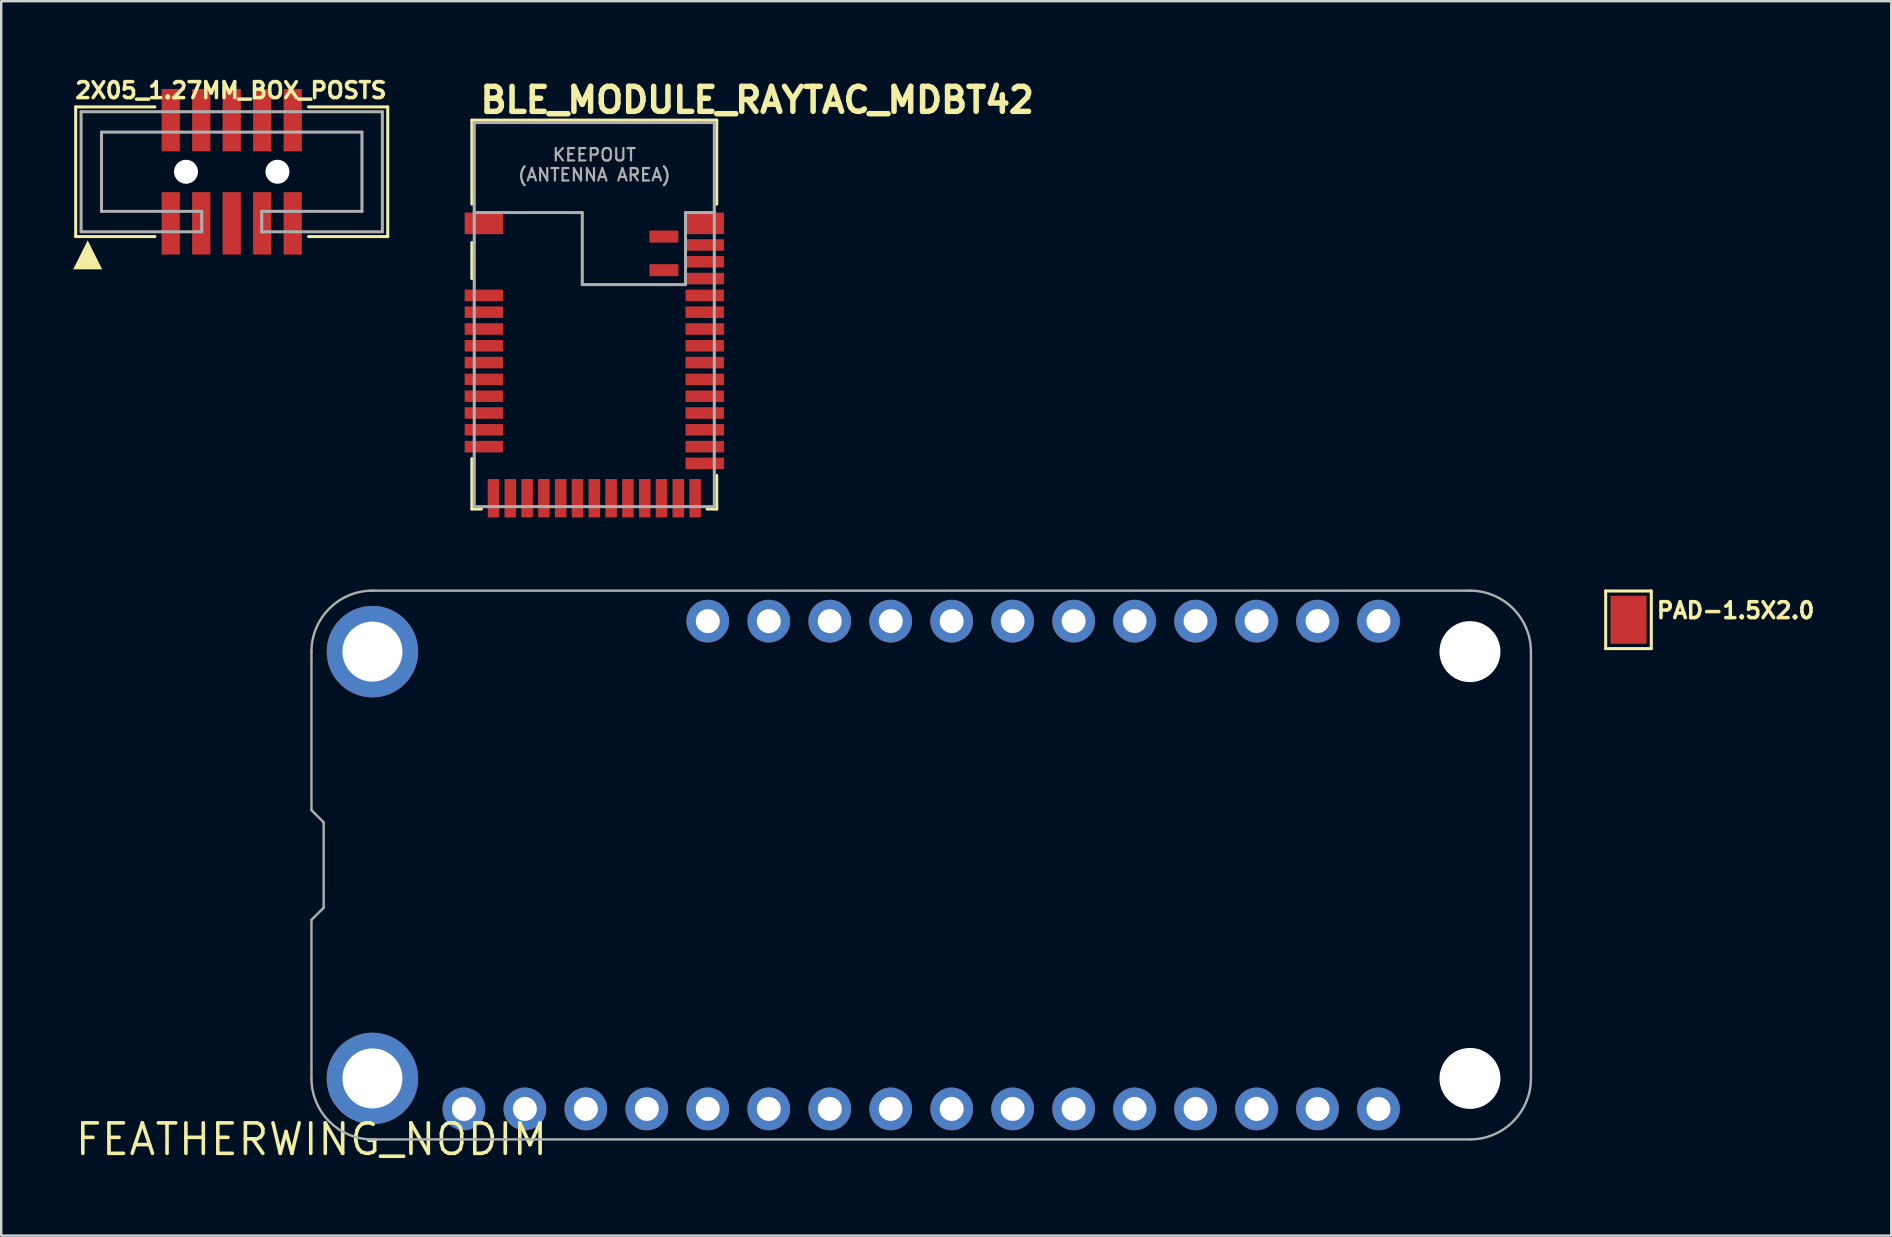
<source format=kicad_pcb>
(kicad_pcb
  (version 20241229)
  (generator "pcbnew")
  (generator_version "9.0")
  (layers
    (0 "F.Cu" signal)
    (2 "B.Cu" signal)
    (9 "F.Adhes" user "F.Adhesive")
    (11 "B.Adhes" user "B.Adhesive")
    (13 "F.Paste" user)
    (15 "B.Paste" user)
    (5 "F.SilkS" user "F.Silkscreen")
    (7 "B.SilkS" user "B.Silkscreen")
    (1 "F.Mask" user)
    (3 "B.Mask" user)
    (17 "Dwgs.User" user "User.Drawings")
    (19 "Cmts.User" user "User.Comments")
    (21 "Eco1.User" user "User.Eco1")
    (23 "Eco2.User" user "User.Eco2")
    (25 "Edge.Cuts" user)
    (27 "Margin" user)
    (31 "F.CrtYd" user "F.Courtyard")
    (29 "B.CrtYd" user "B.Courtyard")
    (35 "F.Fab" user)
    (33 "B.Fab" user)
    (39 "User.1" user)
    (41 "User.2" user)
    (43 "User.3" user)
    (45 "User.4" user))
  (footprint "FEATHERWING_NODIM"
    (layer "F.Cu")
    (at 9.925 44.415)
    (property "Reference" "FEATHERWING_NODIM" (at 0 0 0) (layer "F.SilkS") (effects (font (size 1.27 1.27) (thickness 0.15))))
    (fp_line (start 0 -20.32) (end 0 -13.716) (stroke (width 0.1) (type solid)) (layer "F.Fab"))
    (fp_line (start 0 -13.716) (end 0.508 -13.208) (stroke (width 0.1) (type solid)) (layer "F.Fab"))
    (fp_line (start 0 -9.144) (end 0 -2.54) (stroke (width 0.1) (type solid)) (layer "F.Fab"))
    (fp_line (start 0.508 -13.208) (end 0.508 -9.652) (stroke (width 0.1) (type solid)) (layer "F.Fab"))
    (fp_line (start 0.508 -9.652) (end 0 -9.144) (stroke (width 0.1) (type solid)) (layer "F.Fab"))
    (fp_line (start 2.54 0) (end 48.26 0) (stroke (width 0.1) (type solid)) (layer "F.Fab"))
    (fp_line (start 48.26 -22.86) (end 2.54 -22.86) (stroke (width 0.1) (type solid)) (layer "F.Fab"))
    (fp_line (start 50.8 -2.54) (end 50.8 -20.32) (stroke (width 0.1) (type solid)) (layer "F.Fab"))
    (fp_arc (start 0 -20.32) (mid 0.743949 -22.116051) (end 2.54 -22.86) (stroke (width 0.1) (type solid)) (layer "F.Fab"))
    (fp_arc (start 2.54 0) (mid 0.743949 -0.743949) (end 0 -2.54) (stroke (width 0.1) (type solid)) (layer "F.Fab"))
    (fp_arc (start 48.26 -22.86) (mid 50.056051 -22.116051) (end 50.8 -20.32) (stroke (width 0.1) (type solid)) (layer "F.Fab"))
    (fp_arc (start 50.8 -2.54) (mid 50.056051 -0.743949) (end 48.26 0) (stroke (width 0.1) (type solid)) (layer "F.Fab"))
    (pad "" np_thru_hole circle (at 48.26 -20.32) (size 2.54 2.54) (drill 2.54) (layers "*.Cu" "*.Mask"))
    (pad "" np_thru_hole circle (at 48.26 -2.54) (size 2.54 2.54) (drill 2.54) (layers "*.Cu" "*.Mask"))
    (pad "1" thru_hole circle (at 6.35 -1.27) (size 1.778 1.778) (drill 1) (layers "*.Cu" "*.Mask"))
    (pad "2" thru_hole circle (at 8.89 -1.27) (size 1.778 1.778) (drill 1) (layers "*.Cu" "*.Mask"))
    (pad "3" thru_hole circle (at 11.43 -1.27) (size 1.778 1.778) (drill 1) (layers "*.Cu" "*.Mask"))
    (pad "4" thru_hole circle (at 13.97 -1.27) (size 1.778 1.778) (drill 1) (layers "*.Cu" "*.Mask"))
    (pad "5" thru_hole circle (at 16.51 -1.27) (size 1.778 1.778) (drill 1) (layers "*.Cu" "*.Mask"))
    (pad "6" thru_hole circle (at 19.05 -1.27) (size 1.778 1.778) (drill 1) (layers "*.Cu" "*.Mask"))
    (pad "7" thru_hole circle (at 21.59 -1.27) (size 1.778 1.778) (drill 1) (layers "*.Cu" "*.Mask"))
    (pad "8" thru_hole circle (at 24.13 -1.27) (size 1.778 1.778) (drill 1) (layers "*.Cu" "*.Mask"))
    (pad "9" thru_hole circle (at 26.67 -1.27) (size 1.778 1.778) (drill 1) (layers "*.Cu" "*.Mask"))
    (pad "10" thru_hole circle (at 29.21 -1.27) (size 1.778 1.778) (drill 1) (layers "*.Cu" "*.Mask"))
    (pad "11" thru_hole circle (at 31.75 -1.27) (size 1.778 1.778) (drill 1) (layers "*.Cu" "*.Mask"))
    (pad "12" thru_hole circle (at 34.29 -1.27) (size 1.778 1.778) (drill 1) (layers "*.Cu" "*.Mask"))
    (pad "13" thru_hole circle (at 36.83 -1.27) (size 1.778 1.778) (drill 1) (layers "*.Cu" "*.Mask"))
    (pad "14" thru_hole circle (at 39.37 -1.27) (size 1.778 1.778) (drill 1) (layers "*.Cu" "*.Mask"))
    (pad "15" thru_hole circle (at 41.91 -1.27) (size 1.778 1.778) (drill 1) (layers "*.Cu" "*.Mask"))
    (pad "16" thru_hole circle (at 44.45 -1.27) (size 1.778 1.778) (drill 1) (layers "*.Cu" "*.Mask"))
    (pad "17" thru_hole circle (at 44.45 -21.59) (size 1.778 1.778) (drill 1) (layers "*.Cu" "*.Mask"))
    (pad "18" thru_hole circle (at 41.91 -21.59) (size 1.778 1.778) (drill 1) (layers "*.Cu" "*.Mask"))
    (pad "19" thru_hole circle (at 39.37 -21.59) (size 1.778 1.778) (drill 1) (layers "*.Cu" "*.Mask"))
    (pad "20" thru_hole circle (at 36.83 -21.59) (size 1.778 1.778) (drill 1) (layers "*.Cu" "*.Mask"))
    (pad "21" thru_hole circle (at 34.29 -21.59) (size 1.778 1.778) (drill 1) (layers "*.Cu" "*.Mask"))
    (pad "22" thru_hole circle (at 31.75 -21.59) (size 1.778 1.778) (drill 1) (layers "*.Cu" "*.Mask"))
    (pad "23" thru_hole circle (at 29.21 -21.59) (size 1.778 1.778) (drill 1) (layers "*.Cu" "*.Mask"))
    (pad "24" thru_hole circle (at 26.67 -21.59) (size 1.778 1.778) (drill 1) (layers "*.Cu" "*.Mask"))
    (pad "25" thru_hole circle (at 24.13 -21.59) (size 1.778 1.778) (drill 1) (layers "*.Cu" "*.Mask"))
    (pad "26" thru_hole circle (at 21.59 -21.59) (size 1.778 1.778) (drill 1) (layers "*.Cu" "*.Mask"))
    (pad "27" thru_hole circle (at 19.05 -21.59) (size 1.778 1.778) (drill 1) (layers "*.Cu" "*.Mask"))
    (pad "28" thru_hole circle (at 16.51 -21.59) (size 1.778 1.778) (drill 1) (layers "*.Cu" "*.Mask"))
    (pad "P$1" thru_hole circle (at 2.54 -20.32) (size 3.81 3.81) (drill 2.5) (layers "*.Cu" "*.Mask"))
    (pad "P$2" thru_hole circle (at 2.54 -2.54) (size 3.81 3.81) (drill 2.5) (layers "*.Cu" "*.Mask")))
  (footprint "PAD-1.5X2.0"
    (layer "F.Cu")
    (at 64.789 22.769)
    (property "Reference" "PAD-1.5X2.0" (at 1.1 0 0) (unlocked yes) (layer "F.SilkS") (effects (font (size 0.666 0.666) (thickness 0.146)) (justify left bottom)))
    (fp_line (start -0.95 -1.2) (end 0.95 -1.2) (stroke (width 0.127) (type solid)) (layer "F.SilkS"))
    (fp_line (start -0.95 1.2) (end -0.95 -1.2) (stroke (width 0.127) (type solid)) (layer "F.SilkS"))
    (fp_line (start 0.95 -1.2) (end 0.95 1.2) (stroke (width 0.127) (type solid)) (layer "F.SilkS"))
    (fp_line (start 0.95 1.2) (end -0.95 1.2) (stroke (width 0.127) (type solid)) (layer "F.SilkS"))
    (pad "P$1" smd rect (at 0 0) (size 1.5 2) (layers "F.Cu" "F.Mask")))
  (footprint "2X05_1.27MM_BOX_POSTS"
    (layer "F.Cu")
    (at 6.603 4.105)
    (property "Reference" "2X05_1.27MM_BOX_POSTS" (at -6.6 -3 0) (unlocked yes) (layer "F.SilkS") (effects (font (size 0.666 0.666) (thickness 0.146)) (justify left bottom)))
    (fp_line (start -6.5 -2.7) (end -6.5 2.7) (stroke (width 0.127) (type solid)) (layer "F.SilkS"))
    (fp_line (start -6.5 2.7) (end -3.2 2.7) (stroke (width 0.127) (type solid)) (layer "F.SilkS"))
    (fp_line (start -3.2 -2.7) (end -6.5 -2.7) (stroke (width 0.127) (type solid)) (layer "F.SilkS"))
    (fp_line (start 3.2 -2.7) (end 6.5 -2.7) (stroke (width 0.127) (type solid)) (layer "F.SilkS"))
    (fp_line (start 6.5 -2.7) (end 6.5 2.7) (stroke (width 0.127) (type solid)) (layer "F.SilkS"))
    (fp_line (start 6.5 2.7) (end 3.2 2.7) (stroke (width 0.127) (type solid)) (layer "F.SilkS"))
    (fp_poly (pts (xy -5.397 4.064) (xy -6.603 4.064) (xy -6 2.858)) (stroke (width 0) (type default)) (fill yes) (layer "F.SilkS"))
    (fp_line (start -6.275 -2.5) (end 6.275 -2.5) (stroke (width 0.127) (type solid)) (layer "F.Fab"))
    (fp_line (start -6.275 2.5) (end -6.275 -2.5) (stroke (width 0.127) (type solid)) (layer "F.Fab"))
    (fp_line (start -5.425 -1.65) (end 5.425 -1.65) (stroke (width 0.127) (type solid)) (layer "F.Fab"))
    (fp_line (start -5.425 1.65) (end -5.425 -1.65) (stroke (width 0.127) (type solid)) (layer "F.Fab"))
    (fp_line (start -1.25 1.65) (end -5.425 1.65) (stroke (width 0.127) (type solid)) (layer "F.Fab"))
    (fp_line (start -1.25 1.65) (end -1.25 2.5) (stroke (width 0.127) (type solid)) (layer "F.Fab"))
    (fp_line (start -1.25 2.5) (end -6.275 2.5) (stroke (width 0.127) (type solid)) (layer "F.Fab"))
    (fp_line (start 1.25 1.65) (end 1.25 2.5) (stroke (width 0.127) (type solid)) (layer "F.Fab"))
    (fp_line (start 5.425 -1.65) (end 5.425 1.65) (stroke (width 0.127) (type solid)) (layer "F.Fab"))
    (fp_line (start 5.425 1.65) (end 1.25 1.65) (stroke (width 0.127) (type solid)) (layer "F.Fab"))
    (fp_line (start 6.275 -2.5) (end 6.275 2.5) (stroke (width 0.127) (type solid)) (layer "F.Fab"))
    (fp_line (start 6.275 2.5) (end 1.25 2.5) (stroke (width 0.127) (type solid)) (layer "F.Fab"))
    (pad "" np_thru_hole circle (at -1.905 0) (size 1 1) (drill 1) (layers "*.Cu" "*.Mask"))
    (pad "" np_thru_hole circle (at 1.905 0) (size 1 1) (drill 1) (layers "*.Cu" "*.Mask"))
    (pad "1" smd rect (at -2.54 2.15) (size 0.76 2.6) (layers "F.Cu" "F.Mask" "F.Paste"))
    (pad "2" smd rect (at -2.54 -2.15) (size 0.76 2.6) (layers "F.Cu" "F.Mask" "F.Paste"))
    (pad "3" smd rect (at -1.27 2.15) (size 0.76 2.6) (layers "F.Cu" "F.Mask" "F.Paste"))
    (pad "4" smd rect (at -1.27 -2.15) (size 0.76 2.6) (layers "F.Cu" "F.Mask" "F.Paste"))
    (pad "5" smd rect (at 0 2.15) (size 0.76 2.6) (layers "F.Cu" "F.Mask" "F.Paste"))
    (pad "6" smd rect (at 0 -2.15) (size 0.76 2.6) (layers "F.Cu" "F.Mask" "F.Paste"))
    (pad "7" smd rect (at 1.27 2.15) (size 0.76 2.6) (layers "F.Cu" "F.Mask" "F.Paste"))
    (pad "8" smd rect (at 1.27 -2.15) (size 0.76 2.6) (layers "F.Cu" "F.Mask" "F.Paste"))
    (pad "9" smd rect (at 2.54 2.15) (size 0.76 2.6) (layers "F.Cu" "F.Mask" "F.Paste"))
    (pad "10" smd rect (at 2.54 -2.15) (size 0.76 2.6) (layers "F.Cu" "F.Mask" "F.Paste")))
  (footprint "BLE_MODULE_RAYTAC_MDBT42"
    (layer "F.Cu")
    (at 21.707 10.055)
    (property "Reference" "BLE_MODULE_RAYTAC_MDBT42" (at -4.866 -8.328 0) (unlocked yes) (layer "F.SilkS") (effects (font (size 1.041 1.041) (thickness 0.229)) (justify left bottom)))
    (fp_line (start -5.1 -8.1) (end 5.1 -8.1) (stroke (width 0.127) (type solid)) (layer "F.SilkS"))
    (fp_line (start -5.1 -4.6) (end -5.1 -8.1) (stroke (width 0.127) (type solid)) (layer "F.SilkS"))
    (fp_line (start -5.1 -3) (end -5.1 -1.5) (stroke (width 0.127) (type solid)) (layer "F.SilkS"))
    (fp_line (start -5.1 8.1) (end -5.1 6) (stroke (width 0.127) (type solid)) (layer "F.SilkS"))
    (fp_line (start -4.7 8.1) (end -5.1 8.1) (stroke (width 0.127) (type solid)) (layer "F.SilkS"))
    (fp_line (start 4.7 8.1) (end 5.1 8.1) (stroke (width 0.127) (type solid)) (layer "F.SilkS"))
    (fp_line (start 5.1 -8.1) (end 5.1 -4.6) (stroke (width 0.127) (type solid)) (layer "F.SilkS"))
    (fp_line (start 5.1 8.1) (end 5.1 6.7) (stroke (width 0.127) (type solid)) (layer "F.SilkS"))
    (fp_line (start -5 -8) (end 5 -8) (stroke (width 0.127) (type solid)) (layer "F.Fab"))
    (fp_line (start -5 -4.25) (end -5 -8) (stroke (width 0.127) (type solid)) (layer "F.Fab"))
    (fp_line (start -5 -4.25) (end -0.5 -4.25) (stroke (width 0.127) (type solid)) (layer "F.Fab"))
    (fp_line (start -5 8) (end -5 -4.25) (stroke (width 0.127) (type solid)) (layer "F.Fab"))
    (fp_line (start -0.5 -4.25) (end -0.5 -1.25) (stroke (width 0.127) (type solid)) (layer "F.Fab"))
    (fp_line (start -0.5 -1.25) (end 3.8 -1.25) (stroke (width 0.127) (type solid)) (layer "F.Fab"))
    (fp_line (start 3.8 -4.25) (end 5 -4.25) (stroke (width 0.127) (type solid)) (layer "F.Fab"))
    (fp_line (start 3.8 -1.25) (end 3.8 -4.25) (stroke (width 0.127) (type solid)) (layer "F.Fab"))
    (fp_line (start 5 -8) (end 5 -4.25) (stroke (width 0.127) (type solid)) (layer "F.Fab"))
    (fp_line (start 5 -4.25) (end 5 8) (stroke (width 0.127) (type solid)) (layer "F.Fab"))
    (fp_line (start 5 8) (end -5 8) (stroke (width 0.127) (type solid)) (layer "F.Fab"))
    (fp_text user "KEEPOUT\n(ANTENNA AREA)" (at 0 -6.238 0) (unlocked yes) (layer "F.Fab") (effects (font (size 0.518 0.518) (thickness 0.091))))
    (pad "1" smd rect (at -4.6 -3.8) (size 1.6 0.9) (layers "F.Cu" "F.Mask" "F.Paste"))
    (pad "2" smd rect (at -4.6 -0.8) (size 1.6 0.48) (layers "F.Cu" "F.Mask" "F.Paste"))
    (pad "3" smd rect (at -4.6 -0.1) (size 1.6 0.48) (layers "F.Cu" "F.Mask" "F.Paste"))
    (pad "4" smd rect (at -4.6 0.6) (size 1.6 0.48) (layers "F.Cu" "F.Mask" "F.Paste"))
    (pad "5" smd rect (at -4.6 1.3) (size 1.6 0.48) (layers "F.Cu" "F.Mask" "F.Paste"))
    (pad "6" smd rect (at -4.6 2) (size 1.6 0.48) (layers "F.Cu" "F.Mask" "F.Paste"))
    (pad "7" smd rect (at -4.6 2.7) (size 1.6 0.48) (layers "F.Cu" "F.Mask" "F.Paste"))
    (pad "8" smd rect (at -4.6 3.4) (size 1.6 0.48) (layers "F.Cu" "F.Mask" "F.Paste"))
    (pad "9" smd rect (at -4.6 4.1) (size 1.6 0.48) (layers "F.Cu" "F.Mask" "F.Paste"))
    (pad "10" smd rect (at -4.6 4.8) (size 1.6 0.48) (layers "F.Cu" "F.Mask" "F.Paste"))
    (pad "11" smd rect (at -4.6 5.5) (size 1.6 0.48) (layers "F.Cu" "F.Mask" "F.Paste"))
    (pad "12" smd rect (at -4.2 7.65 90) (size 1.6 0.48) (layers "F.Cu" "F.Mask" "F.Paste"))
    (pad "13" smd rect (at -3.5 7.65 90) (size 1.6 0.48) (layers "F.Cu" "F.Mask" "F.Paste"))
    (pad "14" smd rect (at -2.8 7.65 90) (size 1.6 0.48) (layers "F.Cu" "F.Mask" "F.Paste"))
    (pad "15" smd rect (at -2.1 7.65 90) (size 1.6 0.48) (layers "F.Cu" "F.Mask" "F.Paste"))
    (pad "16" smd rect (at -1.4 7.65 90) (size 1.6 0.48) (layers "F.Cu" "F.Mask" "F.Paste"))
    (pad "17" smd rect (at -0.7 7.65 90) (size 1.6 0.48) (layers "F.Cu" "F.Mask" "F.Paste"))
    (pad "18" smd rect (at 0 7.65 90) (size 1.6 0.48) (layers "F.Cu" "F.Mask" "F.Paste"))
    (pad "19" smd rect (at 0.7 7.65 90) (size 1.6 0.48) (layers "F.Cu" "F.Mask" "F.Paste"))
    (pad "20" smd rect (at 1.4 7.65 90) (size 1.6 0.48) (layers "F.Cu" "F.Mask" "F.Paste"))
    (pad "21" smd rect (at 2.1 7.65 90) (size 1.6 0.48) (layers "F.Cu" "F.Mask" "F.Paste"))
    (pad "22" smd rect (at 2.8 7.65 90) (size 1.6 0.48) (layers "F.Cu" "F.Mask" "F.Paste"))
    (pad "23" smd rect (at 3.5 7.65 90) (size 1.6 0.48) (layers "F.Cu" "F.Mask" "F.Paste"))
    (pad "24" smd rect (at 4.2 7.65 90) (size 1.6 0.48) (layers "F.Cu" "F.Mask" "F.Paste"))
    (pad "25" smd rect (at 4.6 6.2) (size 1.6 0.48) (layers "F.Cu" "F.Mask" "F.Paste"))
    (pad "26" smd rect (at 4.6 5.5) (size 1.6 0.48) (layers "F.Cu" "F.Mask" "F.Paste"))
    (pad "27" smd rect (at 4.6 4.8) (size 1.6 0.48) (layers "F.Cu" "F.Mask" "F.Paste"))
    (pad "28" smd rect (at 4.6 4.1) (size 1.6 0.48) (layers "F.Cu" "F.Mask" "F.Paste"))
    (pad "29" smd rect (at 4.6 3.4) (size 1.6 0.48) (layers "F.Cu" "F.Mask" "F.Paste"))
    (pad "30" smd rect (at 4.6 2.7) (size 1.6 0.48) (layers "F.Cu" "F.Mask" "F.Paste"))
    (pad "31" smd rect (at 4.6 2) (size 1.6 0.48) (layers "F.Cu" "F.Mask" "F.Paste"))
    (pad "32" smd rect (at 4.6 1.3) (size 1.6 0.48) (layers "F.Cu" "F.Mask" "F.Paste"))
    (pad "33" smd rect (at 4.6 0.6) (size 1.6 0.48) (layers "F.Cu" "F.Mask" "F.Paste"))
    (pad "34" smd rect (at 4.6 -0.1) (size 1.6 0.48) (layers "F.Cu" "F.Mask" "F.Paste"))
    (pad "35" smd rect (at 4.6 -0.8) (size 1.6 0.48) (layers "F.Cu" "F.Mask" "F.Paste"))
    (pad "36" smd rect (at 4.6 -1.5) (size 1.6 0.48) (layers "F.Cu" "F.Mask" "F.Paste"))
    (pad "37" smd rect (at 4.6 -2.2) (size 1.6 0.48) (layers "F.Cu" "F.Mask" "F.Paste"))
    (pad "38" smd rect (at 4.6 -2.9) (size 1.6 0.48) (layers "F.Cu" "F.Mask" "F.Paste"))
    (pad "39" smd rect (at 4.6 -3.8) (size 1.6 0.9) (layers "F.Cu" "F.Mask" "F.Paste"))
    (pad "40" smd rect (at 2.9 -3.25) (size 1.2 0.5) (layers "F.Cu" "F.Mask" "F.Paste"))
    (pad "41" smd rect (at 2.9 -1.85) (size 1.2 0.5) (layers "F.Cu" "F.Mask" "F.Paste"))
    (zone (net_name "") (layer "F.Cu") (hatch edge 0.5) (connect_pads) (min_thickness 0.25) (filled_areas_thickness no) (keepout (tracks not_allowed) (vias not_allowed) (pads not_allowed) (copperpour not_allowed) (footprints allowed)) (placement (enabled no)) (fill) (polygon (pts (xy 16.257 5.805) (xy 27.157 5.805) (xy 27.157 2.055) (xy 16.257 2.055))))
    (zone (net_name "") (layer "F.Cu") (hatch edge 0.5) (connect_pads) (min_thickness 0.25) (filled_areas_thickness no) (keepout (tracks not_allowed) (vias not_allowed) (pads not_allowed) (copperpour not_allowed) (footprints allowed)) (placement (enabled no)) (fill) (polygon (pts (xy 21.257 8.805) (xy 25.557 8.805) (xy 25.557 5.805) (xy 21.257 5.805))))
    (zone (net_name "") (layer "B.Cu") (hatch edge 0.5) (connect_pads) (min_thickness 0.25) (filled_areas_thickness no) (keepout (tracks not_allowed) (vias not_allowed) (pads not_allowed) (copperpour not_allowed) (footprints allowed)) (placement (enabled no)) (fill) (polygon (pts (xy 27.157 2.055) (xy 16.257 2.055) (xy 16.257 5.805) (xy 27.157 5.805)))))
  (gr_rect
    (start -3 -3)
    (end 75.733 48.421)
    (stroke (width 0.1) (type default))
    (fill no)
    (layer "Edge.Cuts")))
</source>
